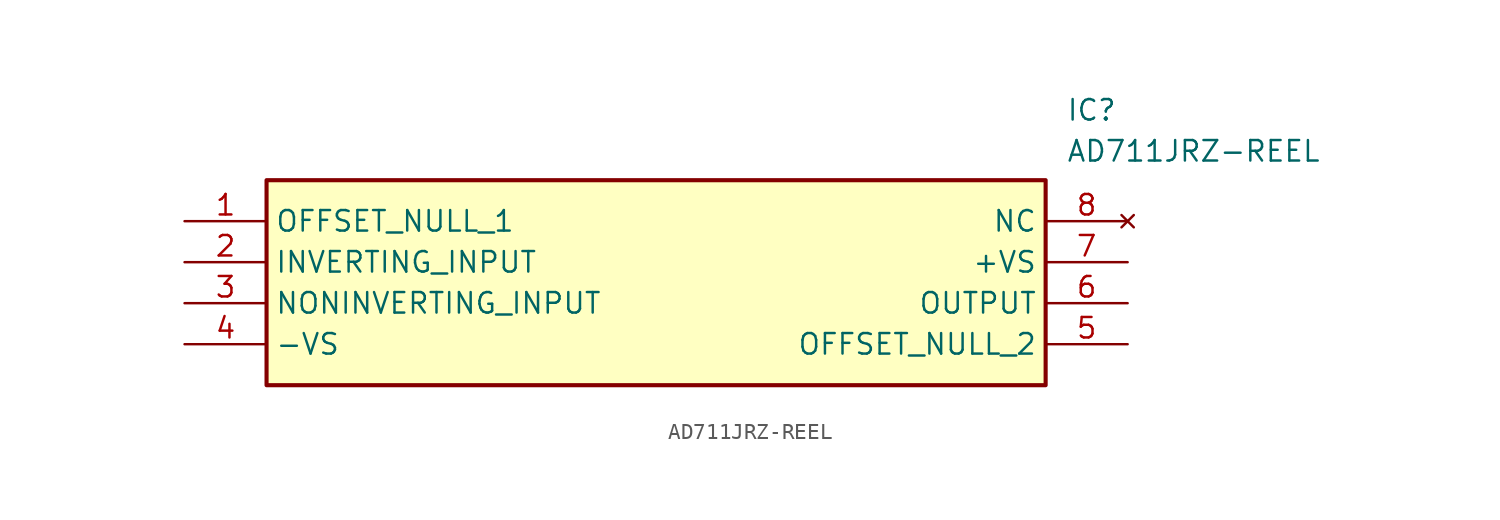
<source format=kicad_sym>
(kicad_symbol_lib
  (version 20211014)
  (generator SamacSys_ECAD_Model)
  (symbol "AD711JRZ-REEL"
    (property "Reference" "IC"
      (at 54.61 7.62 0)
      (effects (font (size 1.27 1.27)) (justify left top)))
    (property "Value" "AD711JRZ-REEL"
      (at 54.61 5.08 0)
      (effects (font (size 1.27 1.27)) (justify left top)))
    (rectangle
      (start 5.08 2.54)
      (end 53.34 -10.16)
      (stroke (width 0.254) (type default))
      (fill (type background)))
    (pin passive line
      (at 0 0 0)
      (length 5.08)
      (name "OFFSET_NULL_1" (effects (font (size 1.27 1.27))))
      (number "1" (effects (font (size 1.27 1.27)))))
    (pin input line
      (at 0 -2.54 0)
      (length 5.08)
      (name "INVERTING_INPUT" (effects (font (size 1.27 1.27))))
      (number "2" (effects (font (size 1.27 1.27)))))
    (pin input line
      (at 0 -5.08 0)
      (length 5.08)
      (name "NONINVERTING_INPUT" (effects (font (size 1.27 1.27))))
      (number "3" (effects (font (size 1.27 1.27)))))
    (pin passive line
      (at 0 -7.62 0)
      (length 5.08)
      (name "-VS" (effects (font (size 1.27 1.27))))
      (number "4" (effects (font (size 1.27 1.27)))))
    (pin no_connect line
      (at 58.42 0 180)
      (length 5.08)
      (name "NC" (effects (font (size 1.27 1.27))))
      (number "8" (effects (font (size 1.27 1.27)))))
    (pin passive line
      (at 58.42 -2.54 180)
      (length 5.08)
      (name "+VS" (effects (font (size 1.27 1.27))))
      (number "7" (effects (font (size 1.27 1.27)))))
    (pin output line
      (at 58.42 -5.08 180)
      (length 5.08)
      (name "OUTPUT" (effects (font (size 1.27 1.27))))
      (number "6" (effects (font (size 1.27 1.27)))))
    (pin passive line
      (at 58.42 -7.62 180)
      (length 5.08)
      (name "OFFSET_NULL_2" (effects (font (size 1.27 1.27))))
      (number "5" (effects (font (size 1.27 1.27)))))))
</source>
